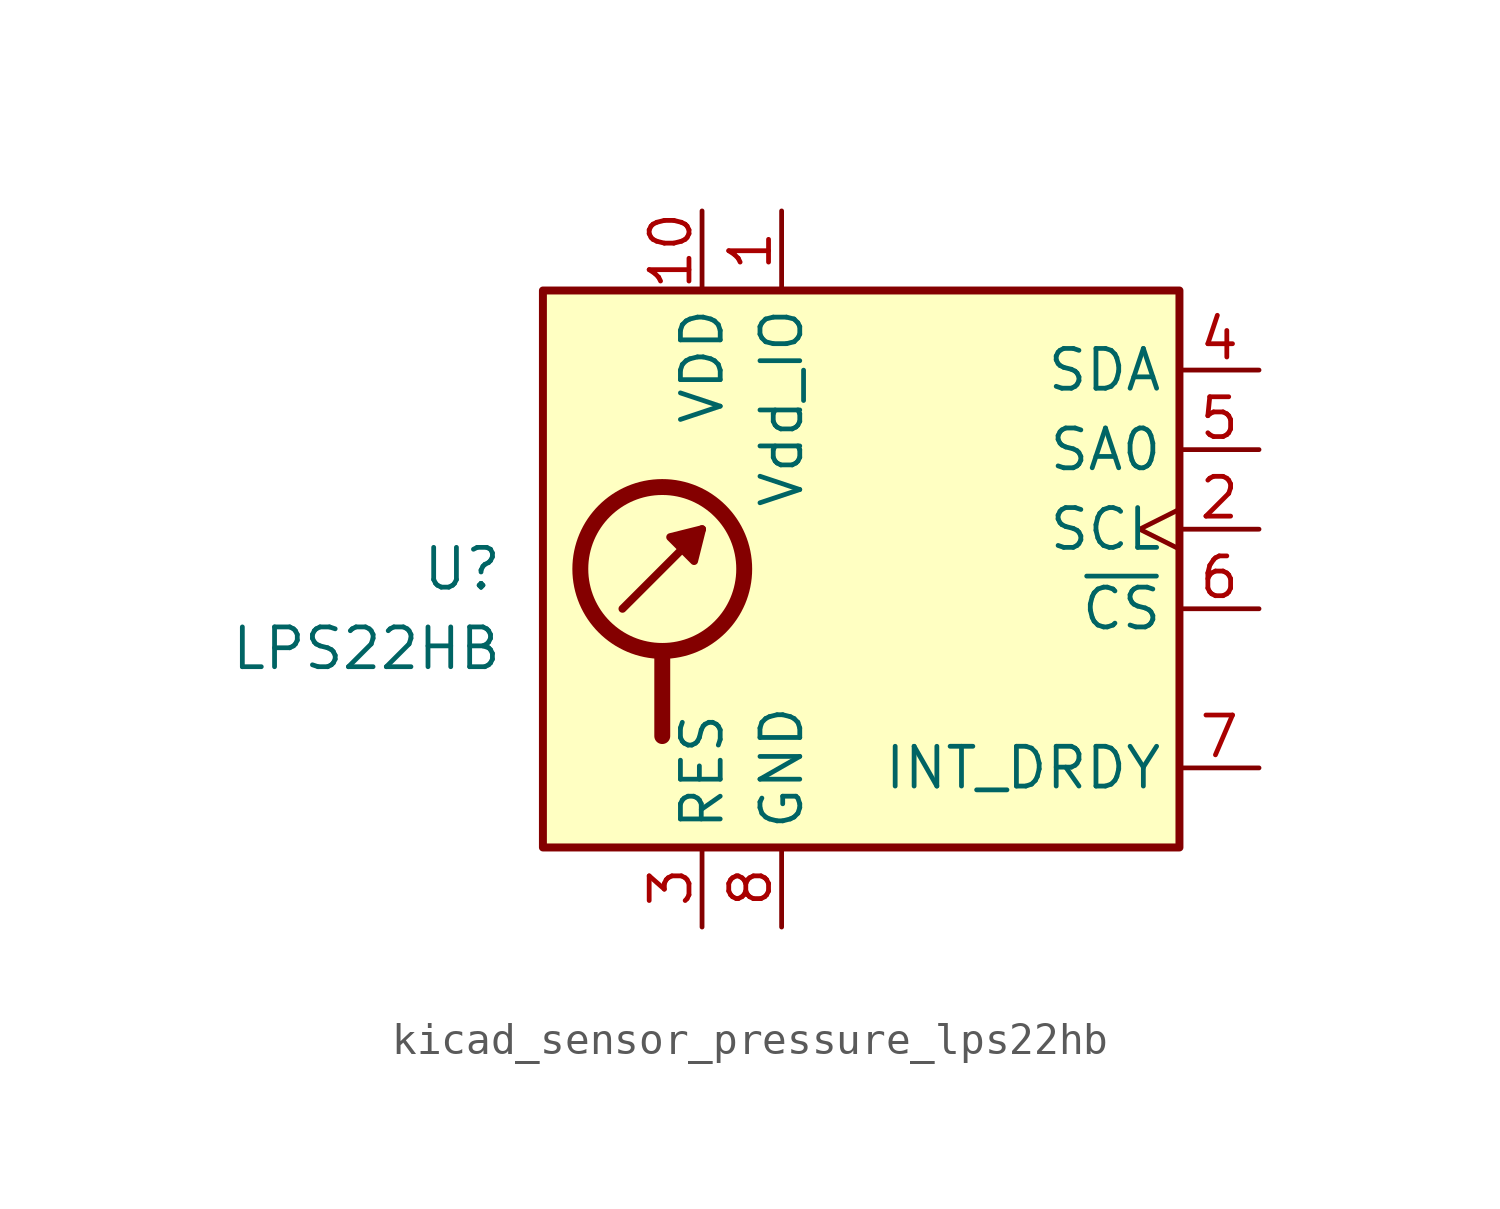
<source format=kicad_sym>
(kicad_symbol_lib
  (version 20220914)
  (generator kicad_symbol_editor)
  (symbol "kicad_sensor_pressure_lps22hb"
    (property "Reference" "U"
      (at -11.43 1.27 0)
      (effects (font (size 1.27 1.27)) (justify right)))
    (property "Value" "LPS22HB"
      (at -11.43 -1.27 0)
      (effects (font (size 1.27 1.27)) (justify right)))
    (symbol "kicad_sensor_pressure_lps22hb_0_1"
      (rectangle (start -10.16 10.16) (end 10.16 -7.62) (stroke (width 0.254) (type default)) (fill (type background)))
      (circle (center -6.35 1.27) (radius 2.616) (stroke (width 0.508) (type default)) (fill (type none)))
      (polyline (pts (xy -7.62 0) (xy -5.08 2.54)) (stroke (width 0.254) (type default)) (fill (type none)))
      (polyline (pts (xy -6.35 -1.524) (xy -6.35 -4.064)) (stroke (width 0.508) (type default)) (fill (type none)))
      (polyline (pts (xy -5.08 2.54) (xy -5.334 1.524) (xy -6.096 2.286) (xy -5.08 2.54)) (stroke (width 0.254) (type default)) (fill (type outline))))
    (symbol "kicad_sensor_pressure_lps22hb_1_1"
      (pin power_in line (at -2.54 12.7 270) (length 2.54) (name "Vdd_IO" (effects (font (size 1.27 1.27)))) (number "1" (effects (font (size 1.27 1.27)))))
      (pin power_in line (at -5.08 12.7 270) (length 2.54) (name "VDD" (effects (font (size 1.27 1.27)))) (number "10" (effects (font (size 1.27 1.27)))))
      (pin input clock (at 12.7 2.54 180) (length 2.54) (name "SCL" (effects (font (size 1.27 1.27)))) (number "2" (effects (font (size 1.27 1.27)))) (alternate "SPC" input clock))
      (pin passive line (at -5.08 -10.16 90) (length 2.54) (name "RES" (effects (font (size 1.27 1.27)))) (number "3" (effects (font (size 1.27 1.27)))))
      (pin bidirectional line (at 12.7 7.62 180) (length 2.54) (name "SDA" (effects (font (size 1.27 1.27)))) (number "4" (effects (font (size 1.27 1.27)))) (alternate "SDI" input line) (alternate "SDI/SDO" bidirectional line))
      (pin input line (at 12.7 5.08 180) (length 2.54) (name "SA0" (effects (font (size 1.27 1.27)))) (number "5" (effects (font (size 1.27 1.27)))) (alternate "SDO" output line))
      (pin input line (at 12.7 0 180) (length 2.54) (name "~{CS}" (effects (font (size 1.27 1.27)))) (number "6" (effects (font (size 1.27 1.27)))))
      (pin output line (at 12.7 -5.08 180) (length 2.54) (name "INT_DRDY" (effects (font (size 1.27 1.27)))) (number "7" (effects (font (size 1.27 1.27)))))
      (pin power_in line (at -2.54 -10.16 90) (length 2.54) (name "GND" (effects (font (size 1.27 1.27)))) (number "8" (effects (font (size 1.27 1.27)))))
      (pin passive line (at -2.54 -10.16 90) (length 2.54) hide (name "GND" (effects (font (size 1.27 1.27)))) (number "9" (effects (font (size 1.27 1.27))))))))
</source>
